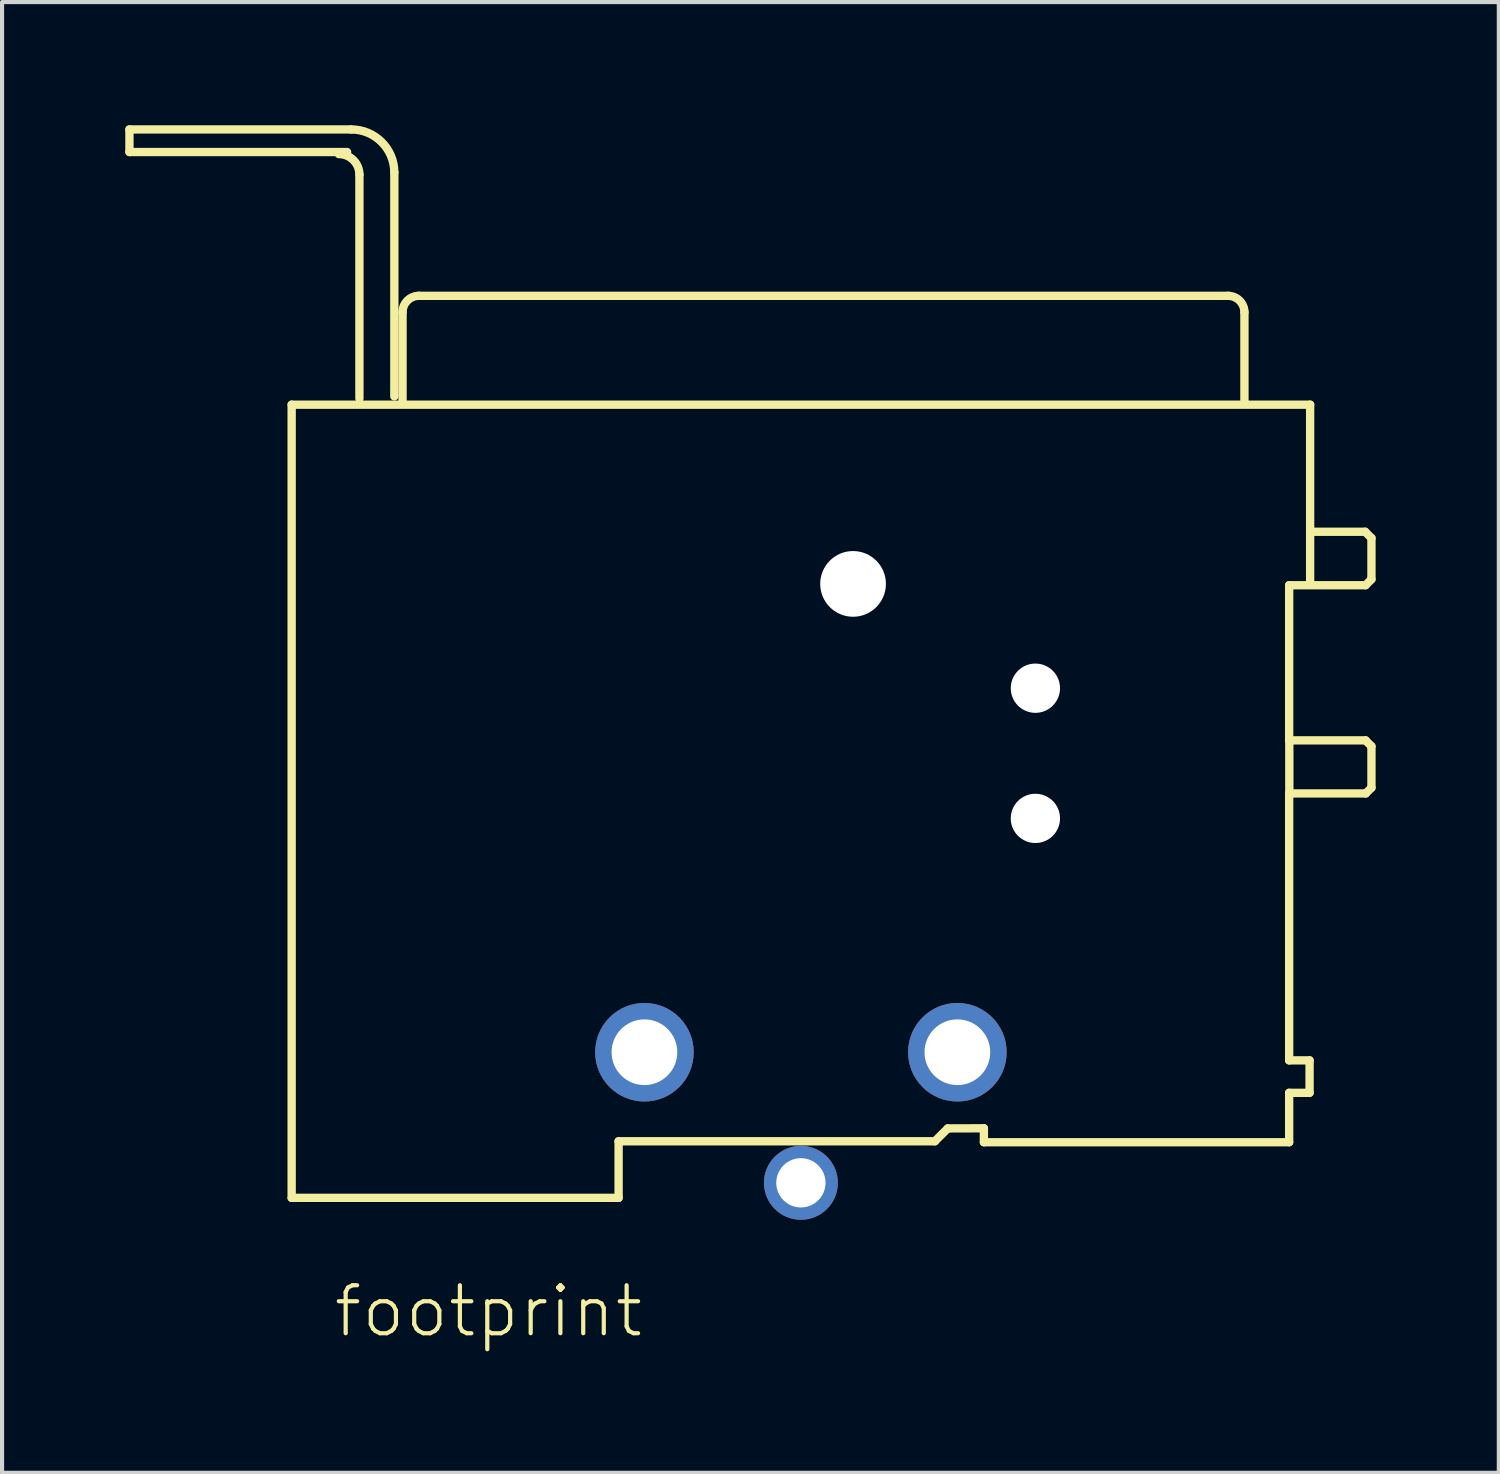
<source format=kicad_pcb>
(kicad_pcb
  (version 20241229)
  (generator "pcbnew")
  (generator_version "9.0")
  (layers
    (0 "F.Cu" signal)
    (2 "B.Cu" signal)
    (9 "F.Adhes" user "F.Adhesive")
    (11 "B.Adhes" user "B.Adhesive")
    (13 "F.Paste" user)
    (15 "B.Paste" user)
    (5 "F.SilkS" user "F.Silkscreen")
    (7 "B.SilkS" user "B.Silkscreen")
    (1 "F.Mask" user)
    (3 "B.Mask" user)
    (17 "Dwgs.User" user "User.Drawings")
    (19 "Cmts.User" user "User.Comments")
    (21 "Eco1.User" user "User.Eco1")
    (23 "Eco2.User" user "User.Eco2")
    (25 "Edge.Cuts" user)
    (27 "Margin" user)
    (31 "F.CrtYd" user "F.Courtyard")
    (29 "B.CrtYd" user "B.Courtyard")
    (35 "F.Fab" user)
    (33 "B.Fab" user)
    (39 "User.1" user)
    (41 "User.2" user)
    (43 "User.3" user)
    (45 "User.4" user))
  (footprint "footprint"
    (layer "F.Cu")
    (at 16.452 25.752)
    (property "Reference" "footprint" (at -11.43 3.81 0) (layer "F.SilkS") (effects (font (size 1.168 1.168) (thickness 0.102)) (justify left bottom)))
    (fp_line (start -16.35 -25.65) (end -16.35 -25.1) (stroke (width 0.203) (type solid)) (layer "F.SilkS"))
    (fp_line (start -16.35 -25.1) (end -11.05 -25.1) (stroke (width 0.203) (type solid)) (layer "F.SilkS"))
    (fp_line (start -12.4 -18.948) (end -12.4 0.366) (stroke (width 0.203) (type solid)) (layer "F.SilkS"))
    (fp_line (start -12.4 0.366) (end -4.439 0.366) (stroke (width 0.203) (type solid)) (layer "F.SilkS"))
    (fp_line (start -10.95 -25.65) (end -16.35 -25.65) (stroke (width 0.203) (type solid)) (layer "F.SilkS"))
    (fp_line (start -10.75 -19.1) (end -10.75 -24.55) (stroke (width 0.203) (type solid)) (layer "F.SilkS"))
    (fp_line (start -9.9 -19.15) (end -9.9 -24.6) (stroke (width 0.203) (type solid)) (layer "F.SilkS"))
    (fp_line (start -9.7 -21.198) (end -9.7 -19.049) (stroke (width 0.203) (type solid)) (layer "F.SilkS"))
    (fp_line (start -4.439 -1.012) (end 3.262 -1.012) (stroke (width 0.203) (type solid)) (layer "F.SilkS"))
    (fp_line (start -4.439 0.366) (end -4.439 -1.012) (stroke (width 0.203) (type solid)) (layer "F.SilkS"))
    (fp_line (start 3.262 -1.012) (end 3.576 -1.325) (stroke (width 0.203) (type solid)) (layer "F.SilkS"))
    (fp_line (start 3.576 -1.325) (end 4.456 -1.328) (stroke (width 0.203) (type solid)) (layer "F.SilkS"))
    (fp_line (start 4.456 -0.989) (end 11.889 -0.989) (stroke (width 0.203) (type solid)) (layer "F.SilkS"))
    (fp_line (start 4.456 -1.328) (end 4.456 -0.989) (stroke (width 0.203) (type solid)) (layer "F.SilkS"))
    (fp_line (start 10.4 -21.599) (end -9.3 -21.599) (stroke (width 0.203) (type solid)) (layer "F.SilkS"))
    (fp_line (start 10.8 -19.049) (end 10.8 -21.198) (stroke (width 0.203) (type solid)) (layer "F.SilkS"))
    (fp_line (start 11.889 -14.552) (end 13.75 -14.552) (stroke (width 0.203) (type solid)) (layer "F.SilkS"))
    (fp_line (start 11.889 -10.774) (end 11.889 -14.552) (stroke (width 0.203) (type solid)) (layer "F.SilkS"))
    (fp_line (start 11.889 -9.482) (end 13.755 -9.482) (stroke (width 0.203) (type solid)) (layer "F.SilkS"))
    (fp_line (start 11.889 -2.982) (end 11.889 -9.482) (stroke (width 0.203) (type solid)) (layer "F.SilkS"))
    (fp_line (start 11.889 -2.192) (end 12.386 -2.192) (stroke (width 0.203) (type solid)) (layer "F.SilkS"))
    (fp_line (start 11.889 -0.989) (end 11.889 -2.192) (stroke (width 0.203) (type solid)) (layer "F.SilkS"))
    (fp_line (start 11.893 -9.521) (end 11.893 -10.755) (stroke (width 0.203) (type solid)) (layer "F.SilkS"))
    (fp_line (start 12.386 -2.982) (end 11.889 -2.982) (stroke (width 0.203) (type solid)) (layer "F.SilkS"))
    (fp_line (start 12.386 -2.192) (end 12.386 -2.982) (stroke (width 0.203) (type solid)) (layer "F.SilkS"))
    (fp_line (start 12.4 -18.948) (end -12.4 -18.948) (stroke (width 0.203) (type solid)) (layer "F.SilkS"))
    (fp_line (start 12.4 -15.854) (end 12.4 -18.948) (stroke (width 0.203) (type solid)) (layer "F.SilkS"))
    (fp_line (start 12.4 -14.609) (end 12.4 -15.844) (stroke (width 0.203) (type solid)) (layer "F.SilkS"))
    (fp_line (start 13.74 -15.854) (end 12.4 -15.854) (stroke (width 0.203) (type solid)) (layer "F.SilkS"))
    (fp_line (start 13.75 -14.552) (end 13.893 -14.695) (stroke (width 0.203) (type solid)) (layer "F.SilkS"))
    (fp_line (start 13.75 -10.774) (end 11.889 -10.774) (stroke (width 0.203) (type solid)) (layer "F.SilkS"))
    (fp_line (start 13.755 -9.482) (end 13.893 -9.62) (stroke (width 0.203) (type solid)) (layer "F.SilkS"))
    (fp_line (start 13.893 -15.701) (end 13.74 -15.854) (stroke (width 0.203) (type solid)) (layer "F.SilkS"))
    (fp_line (start 13.893 -14.695) (end 13.893 -15.701) (stroke (width 0.203) (type solid)) (layer "F.SilkS"))
    (fp_line (start 13.893 -10.631) (end 13.75 -10.774) (stroke (width 0.203) (type solid)) (layer "F.SilkS"))
    (fp_line (start 13.893 -9.62) (end 13.893 -10.631) (stroke (width 0.203) (type solid)) (layer "F.SilkS"))
    (fp_arc (start -11.25 -25.05) (mid -10.896447 -24.903553) (end -10.75 -24.55) (stroke (width 0.2032) (type solid)) (layer "F.SilkS"))
    (fp_arc (start -10.95 -25.65) (mid -10.207538 -25.342462) (end -9.9 -24.6) (stroke (width 0.2032) (type solid)) (layer "F.SilkS"))
    (fp_arc (start -9.7 -21.1985) (mid -9.582843 -21.481343) (end -9.3 -21.5985) (stroke (width 0.2032) (type solid)) (layer "F.SilkS"))
    (fp_arc (start 10.4 -21.5985) (mid 10.682843 -21.481343) (end 10.8 -21.1985) (stroke (width 0.2032) (type solid)) (layer "F.SilkS"))
    (pad "" np_thru_hole circle (at 1.27 -14.584) (size 1.6 1.6) (drill 1.6) (layers "*.Cu" "*.Mask"))
    (pad "" np_thru_hole circle (at 5.71 -12.044) (size 1.2 1.2) (drill 1.2) (layers "*.Cu" "*.Mask"))
    (pad "" np_thru_hole circle (at 5.71 -8.874) (size 1.2 1.2) (drill 1.2) (layers "*.Cu" "*.Mask"))
    (pad "1-G" thru_hole circle (at -3.81 -3.18) (size 2.4 2.4) (drill 1.6) (layers "*.Cu" "*.Mask"))
    (pad "2" thru_hole circle (at 0 0) (size 1.8 1.8) (drill 1.2) (layers "*.Cu" "*.Mask"))
    (pad "3" thru_hole circle (at 3.81 -3.18) (size 2.4 2.4) (drill 1.6) (layers "*.Cu" "*.Mask")))
  (gr_rect
    (start -3 -3)
    (end 33.446 32.812)
    (stroke (width 0.1) (type default))
    (fill no)
    (layer "Edge.Cuts")))
</source>
